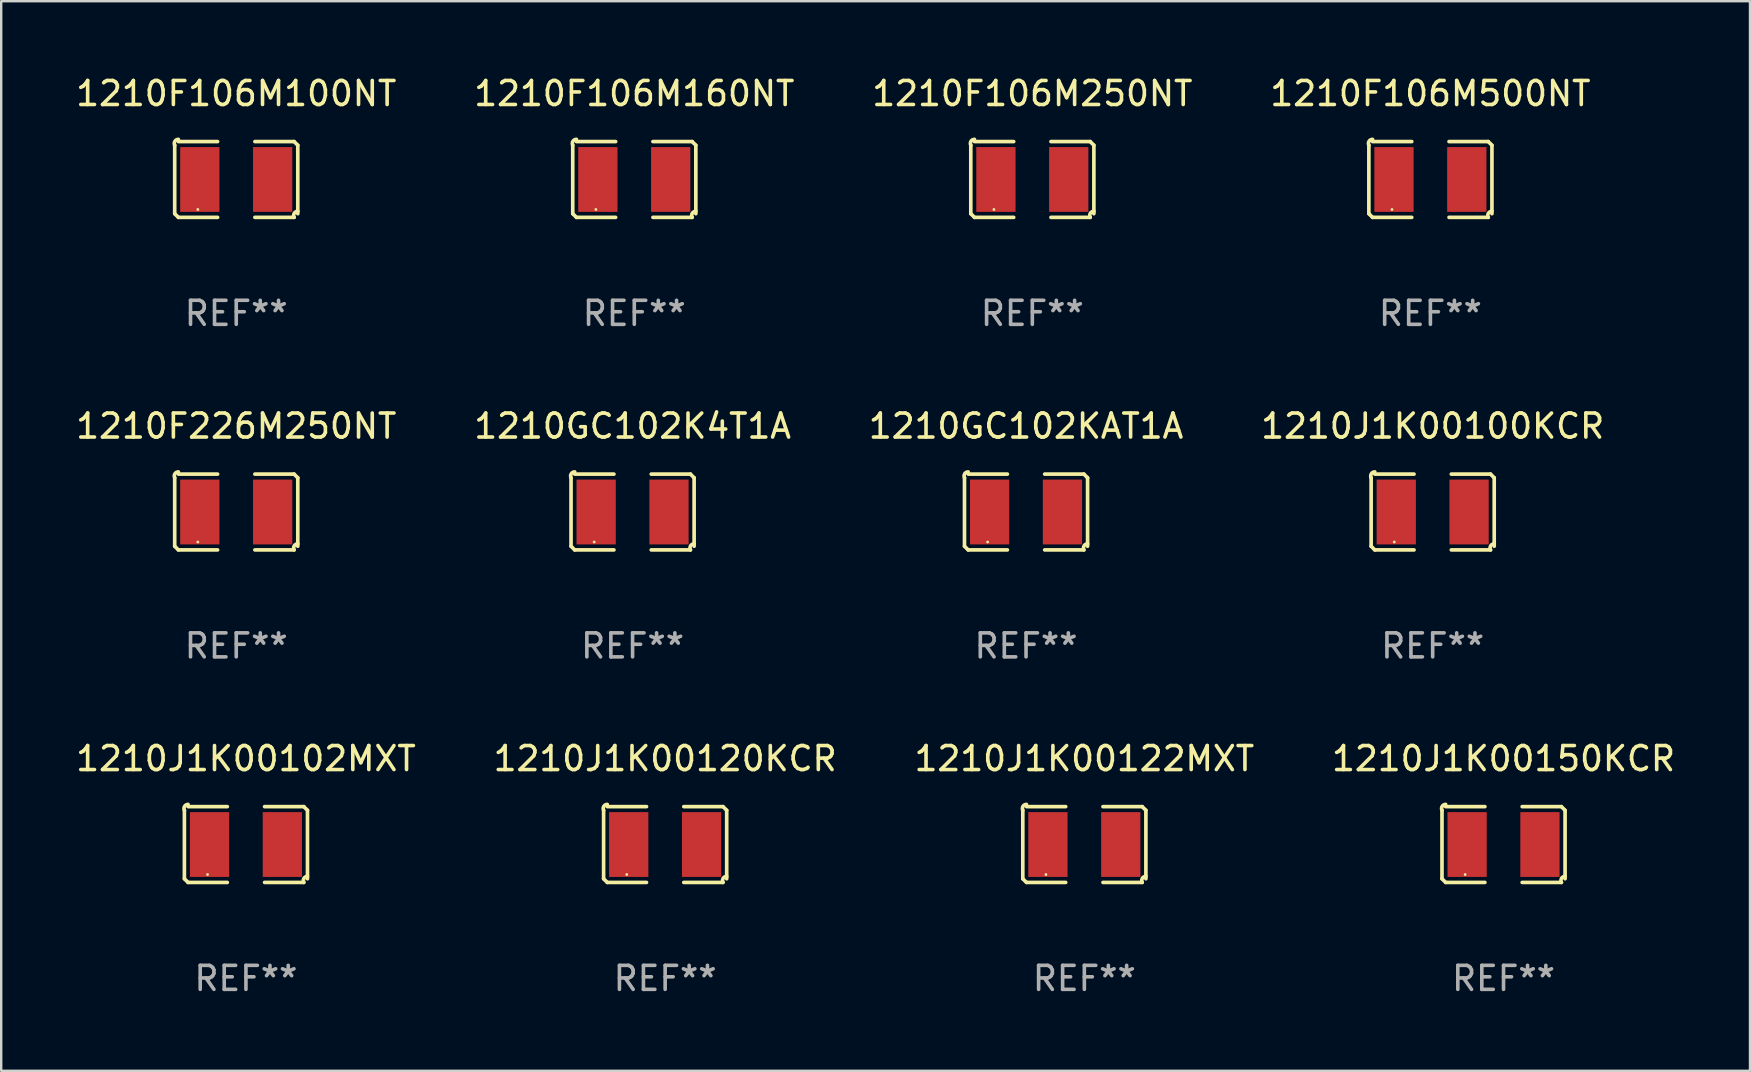
<source format=kicad_pcb>
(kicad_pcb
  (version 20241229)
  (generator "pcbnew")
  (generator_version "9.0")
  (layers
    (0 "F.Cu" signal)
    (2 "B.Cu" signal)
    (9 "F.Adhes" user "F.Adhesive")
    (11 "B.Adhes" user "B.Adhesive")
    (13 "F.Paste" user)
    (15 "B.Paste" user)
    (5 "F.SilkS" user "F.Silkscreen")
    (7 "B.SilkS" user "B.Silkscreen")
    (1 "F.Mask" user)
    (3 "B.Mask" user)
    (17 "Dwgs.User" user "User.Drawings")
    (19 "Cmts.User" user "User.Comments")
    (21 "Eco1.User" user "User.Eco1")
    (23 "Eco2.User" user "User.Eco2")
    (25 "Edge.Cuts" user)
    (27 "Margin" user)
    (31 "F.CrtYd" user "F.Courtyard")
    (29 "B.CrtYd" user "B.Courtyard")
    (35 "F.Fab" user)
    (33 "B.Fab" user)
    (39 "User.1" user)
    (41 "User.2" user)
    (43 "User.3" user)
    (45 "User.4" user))
  (footprint "1210F226M250NT"
    (layer "F.Cu")
    (at 6.792 18.281)
    (property "Reference" "1210F226M250NT" (at 0 -3.579 0) (layer "F.SilkS") (effects (font (size 1 1) (thickness 0.15))))
    (attr through_hole)
    (fp_line (start -2.564 1.426) (end -2.564 -1.426) (stroke (width 0.152) (type solid)) (layer "F.SilkS"))
    (fp_line (start -2.411 -1.579) (end -0.776 -1.579) (stroke (width 0.152) (type solid)) (layer "F.SilkS"))
    (fp_line (start -0.776 1.579) (end -2.411 1.579) (stroke (width 0.152) (type solid)) (layer "F.SilkS"))
    (fp_line (start 0.776 1.579) (end 2.411 1.579) (stroke (width 0.152) (type solid)) (layer "F.SilkS"))
    (fp_line (start 2.411 -1.579) (end 0.776 -1.579) (stroke (width 0.152) (type solid)) (layer "F.SilkS"))
    (fp_line (start 2.564 1.426) (end 2.564 -1.426) (stroke (width 0.152) (type solid)) (layer "F.SilkS"))
    (fp_arc (start -2.563602 -1.426213) (mid -2.555597 -1.591233) (end -2.411201 -1.671518) (stroke (width 0.1524) (type solid)) (layer "F.SilkS"))
    (fp_arc (start -2.5636 1.426214) (mid -2.487389 1.502402) (end -2.411201 1.578613) (stroke (width 0.1524) (type solid)) (layer "F.SilkS"))
    (fp_arc (start 2.411197 -1.578618) (mid 2.487403 -1.502419) (end 2.563602 -1.426213) (stroke (width 0.1524) (type solid)) (layer "F.SilkS"))
    (fp_arc (start 2.411201 1.578613) (mid 2.416214 1.409455) (end 2.563602 1.32629) (stroke (width 0.1524) (type solid)) (layer "F.SilkS"))
    (fp_circle (center -1.6 1.25) (end -1.57 1.25) (stroke (width 0.06) (type solid)) (fill no) (layer "F.SilkS"))
    (fp_text user "REF**" (at 0 5.579 0) (layer "F.Fab") (effects (font (size 1 1) (thickness 0.15))))
    (pad "1" smd rect (at -1.517 0) (size 1.635 2.7) (layers "F.Cu" "F.Mask" "F.Paste"))
    (pad "2" smd rect (at 1.517 0) (size 1.635 2.7) (layers "F.Cu" "F.Mask" "F.Paste")))
  (footprint "1210F106M250NT"
    (layer "F.Cu")
    (at 39.958 4.427)
    (property "Reference" "1210F106M250NT" (at 0 -3.579 0) (layer "F.SilkS") (effects (font (size 1 1) (thickness 0.15))))
    (attr through_hole)
    (fp_line (start -2.564 1.426) (end -2.564 -1.426) (stroke (width 0.152) (type solid)) (layer "F.SilkS"))
    (fp_line (start -2.411 -1.579) (end -0.776 -1.579) (stroke (width 0.152) (type solid)) (layer "F.SilkS"))
    (fp_line (start -0.776 1.579) (end -2.411 1.579) (stroke (width 0.152) (type solid)) (layer "F.SilkS"))
    (fp_line (start 0.776 1.579) (end 2.411 1.579) (stroke (width 0.152) (type solid)) (layer "F.SilkS"))
    (fp_line (start 2.411 -1.579) (end 0.776 -1.579) (stroke (width 0.152) (type solid)) (layer "F.SilkS"))
    (fp_line (start 2.564 1.426) (end 2.564 -1.426) (stroke (width 0.152) (type solid)) (layer "F.SilkS"))
    (fp_arc (start -2.563602 -1.426213) (mid -2.555597 -1.591233) (end -2.411201 -1.671518) (stroke (width 0.1524) (type solid)) (layer "F.SilkS"))
    (fp_arc (start -2.5636 1.426214) (mid -2.487389 1.502402) (end -2.411201 1.578613) (stroke (width 0.1524) (type solid)) (layer "F.SilkS"))
    (fp_arc (start 2.411197 -1.578618) (mid 2.487403 -1.502419) (end 2.563602 -1.426213) (stroke (width 0.1524) (type solid)) (layer "F.SilkS"))
    (fp_arc (start 2.411201 1.578613) (mid 2.416214 1.409455) (end 2.563602 1.32629) (stroke (width 0.1524) (type solid)) (layer "F.SilkS"))
    (fp_circle (center -1.6 1.25) (end -1.57 1.25) (stroke (width 0.06) (type solid)) (fill no) (layer "F.SilkS"))
    (fp_text user "REF**" (at 0 5.579 0) (layer "F.Fab") (effects (font (size 1 1) (thickness 0.15))))
    (pad "1" smd rect (at -1.517 0) (size 1.635 2.7) (layers "F.Cu" "F.Mask" "F.Paste"))
    (pad "2" smd rect (at 1.517 0) (size 1.635 2.7) (layers "F.Cu" "F.Mask" "F.Paste")))
  (footprint "1210J1K00122MXT"
    (layer "F.Cu")
    (at 42.125 32.134)
    (property "Reference" "1210J1K00122MXT" (at 0 -3.579 0) (layer "F.SilkS") (effects (font (size 1 1) (thickness 0.15))))
    (attr through_hole)
    (fp_line (start -2.564 1.426) (end -2.564 -1.426) (stroke (width 0.152) (type solid)) (layer "F.SilkS"))
    (fp_line (start -2.411 -1.579) (end -0.776 -1.579) (stroke (width 0.152) (type solid)) (layer "F.SilkS"))
    (fp_line (start -0.776 1.579) (end -2.411 1.579) (stroke (width 0.152) (type solid)) (layer "F.SilkS"))
    (fp_line (start 0.776 1.579) (end 2.411 1.579) (stroke (width 0.152) (type solid)) (layer "F.SilkS"))
    (fp_line (start 2.411 -1.579) (end 0.776 -1.579) (stroke (width 0.152) (type solid)) (layer "F.SilkS"))
    (fp_line (start 2.564 1.426) (end 2.564 -1.426) (stroke (width 0.152) (type solid)) (layer "F.SilkS"))
    (fp_arc (start -2.563602 -1.426213) (mid -2.555597 -1.591233) (end -2.411201 -1.671518) (stroke (width 0.1524) (type solid)) (layer "F.SilkS"))
    (fp_arc (start -2.5636 1.426214) (mid -2.487389 1.502402) (end -2.411201 1.578613) (stroke (width 0.1524) (type solid)) (layer "F.SilkS"))
    (fp_arc (start 2.411197 -1.578618) (mid 2.487403 -1.502419) (end 2.563602 -1.426213) (stroke (width 0.1524) (type solid)) (layer "F.SilkS"))
    (fp_arc (start 2.411201 1.578613) (mid 2.416214 1.409455) (end 2.563602 1.32629) (stroke (width 0.1524) (type solid)) (layer "F.SilkS"))
    (fp_circle (center -1.6 1.25) (end -1.57 1.25) (stroke (width 0.06) (type solid)) (fill no) (layer "F.SilkS"))
    (fp_text user "REF**" (at 0 5.579 0) (layer "F.Fab") (effects (font (size 1 1) (thickness 0.15))))
    (pad "1" smd rect (at -1.517 0) (size 1.635 2.7) (layers "F.Cu" "F.Mask" "F.Paste"))
    (pad "2" smd rect (at 1.517 0) (size 1.635 2.7) (layers "F.Cu" "F.Mask" "F.Paste")))
  (footprint "1210J1K00100KCR"
    (layer "F.Cu")
    (at 56.637 18.281)
    (property "Reference" "1210J1K00100KCR" (at 0 -3.579 0) (layer "F.SilkS") (effects (font (size 1 1) (thickness 0.15))))
    (attr through_hole)
    (fp_line (start -2.564 1.426) (end -2.564 -1.426) (stroke (width 0.152) (type solid)) (layer "F.SilkS"))
    (fp_line (start -2.411 -1.579) (end -0.776 -1.579) (stroke (width 0.152) (type solid)) (layer "F.SilkS"))
    (fp_line (start -0.776 1.579) (end -2.411 1.579) (stroke (width 0.152) (type solid)) (layer "F.SilkS"))
    (fp_line (start 0.776 1.579) (end 2.411 1.579) (stroke (width 0.152) (type solid)) (layer "F.SilkS"))
    (fp_line (start 2.411 -1.579) (end 0.776 -1.579) (stroke (width 0.152) (type solid)) (layer "F.SilkS"))
    (fp_line (start 2.564 1.426) (end 2.564 -1.426) (stroke (width 0.152) (type solid)) (layer "F.SilkS"))
    (fp_arc (start -2.563602 -1.426213) (mid -2.555597 -1.591233) (end -2.411201 -1.671518) (stroke (width 0.1524) (type solid)) (layer "F.SilkS"))
    (fp_arc (start -2.5636 1.426214) (mid -2.487389 1.502402) (end -2.411201 1.578613) (stroke (width 0.1524) (type solid)) (layer "F.SilkS"))
    (fp_arc (start 2.411197 -1.578618) (mid 2.487403 -1.502419) (end 2.563602 -1.426213) (stroke (width 0.1524) (type solid)) (layer "F.SilkS"))
    (fp_arc (start 2.411201 1.578613) (mid 2.416214 1.409455) (end 2.563602 1.32629) (stroke (width 0.1524) (type solid)) (layer "F.SilkS"))
    (fp_circle (center -1.6 1.25) (end -1.57 1.25) (stroke (width 0.06) (type solid)) (fill no) (layer "F.SilkS"))
    (fp_text user "REF**" (at 0 5.579 0) (layer "F.Fab") (effects (font (size 1 1) (thickness 0.15))))
    (pad "1" smd rect (at -1.517 0) (size 1.635 2.7) (layers "F.Cu" "F.Mask" "F.Paste"))
    (pad "2" smd rect (at 1.517 0) (size 1.635 2.7) (layers "F.Cu" "F.Mask" "F.Paste")))
  (footprint "1210GC102K4T1A"
    (layer "F.Cu")
    (at 23.304 18.281)
    (property "Reference" "1210GC102K4T1A" (at 0 -3.579 0) (layer "F.SilkS") (effects (font (size 1 1) (thickness 0.15))))
    (attr through_hole)
    (fp_line (start -2.564 1.426) (end -2.564 -1.426) (stroke (width 0.152) (type solid)) (layer "F.SilkS"))
    (fp_line (start -2.411 -1.579) (end -0.776 -1.579) (stroke (width 0.152) (type solid)) (layer "F.SilkS"))
    (fp_line (start -0.776 1.579) (end -2.411 1.579) (stroke (width 0.152) (type solid)) (layer "F.SilkS"))
    (fp_line (start 0.776 1.579) (end 2.411 1.579) (stroke (width 0.152) (type solid)) (layer "F.SilkS"))
    (fp_line (start 2.411 -1.579) (end 0.776 -1.579) (stroke (width 0.152) (type solid)) (layer "F.SilkS"))
    (fp_line (start 2.564 1.426) (end 2.564 -1.426) (stroke (width 0.152) (type solid)) (layer "F.SilkS"))
    (fp_arc (start -2.563602 -1.426213) (mid -2.555597 -1.591233) (end -2.411201 -1.671518) (stroke (width 0.1524) (type solid)) (layer "F.SilkS"))
    (fp_arc (start -2.5636 1.426214) (mid -2.487389 1.502402) (end -2.411201 1.578613) (stroke (width 0.1524) (type solid)) (layer "F.SilkS"))
    (fp_arc (start 2.411197 -1.578618) (mid 2.487403 -1.502419) (end 2.563602 -1.426213) (stroke (width 0.1524) (type solid)) (layer "F.SilkS"))
    (fp_arc (start 2.411201 1.578613) (mid 2.416214 1.409455) (end 2.563602 1.32629) (stroke (width 0.1524) (type solid)) (layer "F.SilkS"))
    (fp_circle (center -1.6 1.25) (end -1.57 1.25) (stroke (width 0.06) (type solid)) (fill no) (layer "F.SilkS"))
    (fp_text user "REF**" (at 0 5.579 0) (layer "F.Fab") (effects (font (size 1 1) (thickness 0.15))))
    (pad "1" smd rect (at -1.517 0) (size 1.635 2.7) (layers "F.Cu" "F.Mask" "F.Paste"))
    (pad "2" smd rect (at 1.517 0) (size 1.635 2.7) (layers "F.Cu" "F.Mask" "F.Paste")))
  (footprint "1210J1K00120KCR"
    (layer "F.Cu")
    (at 24.661 32.134)
    (property "Reference" "1210J1K00120KCR" (at 0 -3.579 0) (layer "F.SilkS") (effects (font (size 1 1) (thickness 0.15))))
    (attr through_hole)
    (fp_line (start -2.564 1.426) (end -2.564 -1.426) (stroke (width 0.152) (type solid)) (layer "F.SilkS"))
    (fp_line (start -2.411 -1.579) (end -0.776 -1.579) (stroke (width 0.152) (type solid)) (layer "F.SilkS"))
    (fp_line (start -0.776 1.579) (end -2.411 1.579) (stroke (width 0.152) (type solid)) (layer "F.SilkS"))
    (fp_line (start 0.776 1.579) (end 2.411 1.579) (stroke (width 0.152) (type solid)) (layer "F.SilkS"))
    (fp_line (start 2.411 -1.579) (end 0.776 -1.579) (stroke (width 0.152) (type solid)) (layer "F.SilkS"))
    (fp_line (start 2.564 1.426) (end 2.564 -1.426) (stroke (width 0.152) (type solid)) (layer "F.SilkS"))
    (fp_arc (start -2.563602 -1.426213) (mid -2.555597 -1.591233) (end -2.411201 -1.671518) (stroke (width 0.1524) (type solid)) (layer "F.SilkS"))
    (fp_arc (start -2.5636 1.426214) (mid -2.487389 1.502402) (end -2.411201 1.578613) (stroke (width 0.1524) (type solid)) (layer "F.SilkS"))
    (fp_arc (start 2.411197 -1.578618) (mid 2.487403 -1.502419) (end 2.563602 -1.426213) (stroke (width 0.1524) (type solid)) (layer "F.SilkS"))
    (fp_arc (start 2.411201 1.578613) (mid 2.416214 1.409455) (end 2.563602 1.32629) (stroke (width 0.1524) (type solid)) (layer "F.SilkS"))
    (fp_circle (center -1.6 1.25) (end -1.57 1.25) (stroke (width 0.06) (type solid)) (fill no) (layer "F.SilkS"))
    (fp_text user "REF**" (at 0 5.579 0) (layer "F.Fab") (effects (font (size 1 1) (thickness 0.15))))
    (pad "1" smd rect (at -1.517 0) (size 1.635 2.7) (layers "F.Cu" "F.Mask" "F.Paste"))
    (pad "2" smd rect (at 1.517 0) (size 1.635 2.7) (layers "F.Cu" "F.Mask" "F.Paste")))
  (footprint "1210F106M160NT"
    (layer "F.Cu")
    (at 23.375 4.427)
    (property "Reference" "1210F106M160NT" (at 0 -3.579 0) (layer "F.SilkS") (effects (font (size 1 1) (thickness 0.15))))
    (attr through_hole)
    (fp_line (start -2.564 1.426) (end -2.564 -1.426) (stroke (width 0.152) (type solid)) (layer "F.SilkS"))
    (fp_line (start -2.411 -1.579) (end -0.776 -1.579) (stroke (width 0.152) (type solid)) (layer "F.SilkS"))
    (fp_line (start -0.776 1.579) (end -2.411 1.579) (stroke (width 0.152) (type solid)) (layer "F.SilkS"))
    (fp_line (start 0.776 1.579) (end 2.411 1.579) (stroke (width 0.152) (type solid)) (layer "F.SilkS"))
    (fp_line (start 2.411 -1.579) (end 0.776 -1.579) (stroke (width 0.152) (type solid)) (layer "F.SilkS"))
    (fp_line (start 2.564 1.426) (end 2.564 -1.426) (stroke (width 0.152) (type solid)) (layer "F.SilkS"))
    (fp_arc (start -2.563602 -1.426213) (mid -2.555597 -1.591233) (end -2.411201 -1.671518) (stroke (width 0.1524) (type solid)) (layer "F.SilkS"))
    (fp_arc (start -2.5636 1.426214) (mid -2.487389 1.502402) (end -2.411201 1.578613) (stroke (width 0.1524) (type solid)) (layer "F.SilkS"))
    (fp_arc (start 2.411197 -1.578618) (mid 2.487403 -1.502419) (end 2.563602 -1.426213) (stroke (width 0.1524) (type solid)) (layer "F.SilkS"))
    (fp_arc (start 2.411201 1.578613) (mid 2.416214 1.409455) (end 2.563602 1.32629) (stroke (width 0.1524) (type solid)) (layer "F.SilkS"))
    (fp_circle (center -1.6 1.25) (end -1.57 1.25) (stroke (width 0.06) (type solid)) (fill no) (layer "F.SilkS"))
    (fp_text user "REF**" (at 0 5.579 0) (layer "F.Fab") (effects (font (size 1 1) (thickness 0.15))))
    (pad "1" smd rect (at -1.517 0) (size 1.635 2.7) (layers "F.Cu" "F.Mask" "F.Paste"))
    (pad "2" smd rect (at 1.517 0) (size 1.635 2.7) (layers "F.Cu" "F.Mask" "F.Paste")))
  (footprint "1210F106M100NT"
    (layer "F.Cu")
    (at 6.792 4.427)
    (property "Reference" "1210F106M100NT" (at 0 -3.579 0) (layer "F.SilkS") (effects (font (size 1 1) (thickness 0.15))))
    (attr through_hole)
    (fp_line (start -2.564 1.426) (end -2.564 -1.426) (stroke (width 0.152) (type solid)) (layer "F.SilkS"))
    (fp_line (start -2.411 -1.579) (end -0.776 -1.579) (stroke (width 0.152) (type solid)) (layer "F.SilkS"))
    (fp_line (start -0.776 1.579) (end -2.411 1.579) (stroke (width 0.152) (type solid)) (layer "F.SilkS"))
    (fp_line (start 0.776 1.579) (end 2.411 1.579) (stroke (width 0.152) (type solid)) (layer "F.SilkS"))
    (fp_line (start 2.411 -1.579) (end 0.776 -1.579) (stroke (width 0.152) (type solid)) (layer "F.SilkS"))
    (fp_line (start 2.564 1.426) (end 2.564 -1.426) (stroke (width 0.152) (type solid)) (layer "F.SilkS"))
    (fp_arc (start -2.563602 -1.426213) (mid -2.555597 -1.591233) (end -2.411201 -1.671518) (stroke (width 0.1524) (type solid)) (layer "F.SilkS"))
    (fp_arc (start -2.5636 1.426214) (mid -2.487389 1.502402) (end -2.411201 1.578613) (stroke (width 0.1524) (type solid)) (layer "F.SilkS"))
    (fp_arc (start 2.411197 -1.578618) (mid 2.487403 -1.502419) (end 2.563602 -1.426213) (stroke (width 0.1524) (type solid)) (layer "F.SilkS"))
    (fp_arc (start 2.411201 1.578613) (mid 2.416214 1.409455) (end 2.563602 1.32629) (stroke (width 0.1524) (type solid)) (layer "F.SilkS"))
    (fp_circle (center -1.6 1.25) (end -1.57 1.25) (stroke (width 0.06) (type solid)) (fill no) (layer "F.SilkS"))
    (fp_text user "REF**" (at 0 5.579 0) (layer "F.Fab") (effects (font (size 1 1) (thickness 0.15))))
    (pad "1" smd rect (at -1.517 0) (size 1.635 2.7) (layers "F.Cu" "F.Mask" "F.Paste"))
    (pad "2" smd rect (at 1.517 0) (size 1.635 2.7) (layers "F.Cu" "F.Mask" "F.Paste")))
  (footprint "1210GC102KAT1A"
    (layer "F.Cu")
    (at 39.696 18.281)
    (property "Reference" "1210GC102KAT1A" (at 0 -3.579 0) (layer "F.SilkS") (effects (font (size 1 1) (thickness 0.15))))
    (attr through_hole)
    (fp_line (start -2.564 1.426) (end -2.564 -1.426) (stroke (width 0.152) (type solid)) (layer "F.SilkS"))
    (fp_line (start -2.411 -1.579) (end -0.776 -1.579) (stroke (width 0.152) (type solid)) (layer "F.SilkS"))
    (fp_line (start -0.776 1.579) (end -2.411 1.579) (stroke (width 0.152) (type solid)) (layer "F.SilkS"))
    (fp_line (start 0.776 1.579) (end 2.411 1.579) (stroke (width 0.152) (type solid)) (layer "F.SilkS"))
    (fp_line (start 2.411 -1.579) (end 0.776 -1.579) (stroke (width 0.152) (type solid)) (layer "F.SilkS"))
    (fp_line (start 2.564 1.426) (end 2.564 -1.426) (stroke (width 0.152) (type solid)) (layer "F.SilkS"))
    (fp_arc (start -2.563602 -1.426213) (mid -2.555597 -1.591233) (end -2.411201 -1.671518) (stroke (width 0.1524) (type solid)) (layer "F.SilkS"))
    (fp_arc (start -2.5636 1.426214) (mid -2.487389 1.502402) (end -2.411201 1.578613) (stroke (width 0.1524) (type solid)) (layer "F.SilkS"))
    (fp_arc (start 2.411197 -1.578618) (mid 2.487403 -1.502419) (end 2.563602 -1.426213) (stroke (width 0.1524) (type solid)) (layer "F.SilkS"))
    (fp_arc (start 2.411201 1.578613) (mid 2.416214 1.409455) (end 2.563602 1.32629) (stroke (width 0.1524) (type solid)) (layer "F.SilkS"))
    (fp_circle (center -1.6 1.25) (end -1.57 1.25) (stroke (width 0.06) (type solid)) (fill no) (layer "F.SilkS"))
    (fp_text user "REF**" (at 0 5.579 0) (layer "F.Fab") (effects (font (size 1 1) (thickness 0.15))))
    (pad "1" smd rect (at -1.517 0) (size 1.635 2.7) (layers "F.Cu" "F.Mask" "F.Paste"))
    (pad "2" smd rect (at 1.517 0) (size 1.635 2.7) (layers "F.Cu" "F.Mask" "F.Paste")))
  (footprint "1210J1K00150KCR"
    (layer "F.Cu")
    (at 59.589 32.134)
    (property "Reference" "1210J1K00150KCR" (at 0 -3.579 0) (layer "F.SilkS") (effects (font (size 1 1) (thickness 0.15))))
    (attr through_hole)
    (fp_line (start -2.564 1.426) (end -2.564 -1.426) (stroke (width 0.152) (type solid)) (layer "F.SilkS"))
    (fp_line (start -2.411 -1.579) (end -0.776 -1.579) (stroke (width 0.152) (type solid)) (layer "F.SilkS"))
    (fp_line (start -0.776 1.579) (end -2.411 1.579) (stroke (width 0.152) (type solid)) (layer "F.SilkS"))
    (fp_line (start 0.776 1.579) (end 2.411 1.579) (stroke (width 0.152) (type solid)) (layer "F.SilkS"))
    (fp_line (start 2.411 -1.579) (end 0.776 -1.579) (stroke (width 0.152) (type solid)) (layer "F.SilkS"))
    (fp_line (start 2.564 1.426) (end 2.564 -1.426) (stroke (width 0.152) (type solid)) (layer "F.SilkS"))
    (fp_arc (start -2.563602 -1.426213) (mid -2.555597 -1.591233) (end -2.411201 -1.671518) (stroke (width 0.1524) (type solid)) (layer "F.SilkS"))
    (fp_arc (start -2.5636 1.426214) (mid -2.487389 1.502402) (end -2.411201 1.578613) (stroke (width 0.1524) (type solid)) (layer "F.SilkS"))
    (fp_arc (start 2.411197 -1.578618) (mid 2.487403 -1.502419) (end 2.563602 -1.426213) (stroke (width 0.1524) (type solid)) (layer "F.SilkS"))
    (fp_arc (start 2.411201 1.578613) (mid 2.416214 1.409455) (end 2.563602 1.32629) (stroke (width 0.1524) (type solid)) (layer "F.SilkS"))
    (fp_circle (center -1.6 1.25) (end -1.57 1.25) (stroke (width 0.06) (type solid)) (fill no) (layer "F.SilkS"))
    (fp_text user "REF**" (at 0 5.579 0) (layer "F.Fab") (effects (font (size 1 1) (thickness 0.15))))
    (pad "1" smd rect (at -1.517 0) (size 1.635 2.7) (layers "F.Cu" "F.Mask" "F.Paste"))
    (pad "2" smd rect (at 1.517 0) (size 1.635 2.7) (layers "F.Cu" "F.Mask" "F.Paste")))
  (footprint "1210F106M500NT"
    (layer "F.Cu")
    (at 56.542 4.427)
    (property "Reference" "1210F106M500NT" (at 0 -3.579 0) (layer "F.SilkS") (effects (font (size 1 1) (thickness 0.15))))
    (attr through_hole)
    (fp_line (start -2.564 1.426) (end -2.564 -1.426) (stroke (width 0.152) (type solid)) (layer "F.SilkS"))
    (fp_line (start -2.411 -1.579) (end -0.776 -1.579) (stroke (width 0.152) (type solid)) (layer "F.SilkS"))
    (fp_line (start -0.776 1.579) (end -2.411 1.579) (stroke (width 0.152) (type solid)) (layer "F.SilkS"))
    (fp_line (start 0.776 1.579) (end 2.411 1.579) (stroke (width 0.152) (type solid)) (layer "F.SilkS"))
    (fp_line (start 2.411 -1.579) (end 0.776 -1.579) (stroke (width 0.152) (type solid)) (layer "F.SilkS"))
    (fp_line (start 2.564 1.426) (end 2.564 -1.426) (stroke (width 0.152) (type solid)) (layer "F.SilkS"))
    (fp_arc (start -2.563602 -1.426213) (mid -2.555597 -1.591233) (end -2.411201 -1.671518) (stroke (width 0.1524) (type solid)) (layer "F.SilkS"))
    (fp_arc (start -2.5636 1.426214) (mid -2.487389 1.502402) (end -2.411201 1.578613) (stroke (width 0.1524) (type solid)) (layer "F.SilkS"))
    (fp_arc (start 2.411197 -1.578618) (mid 2.487403 -1.502419) (end 2.563602 -1.426213) (stroke (width 0.1524) (type solid)) (layer "F.SilkS"))
    (fp_arc (start 2.411201 1.578613) (mid 2.416214 1.409455) (end 2.563602 1.32629) (stroke (width 0.1524) (type solid)) (layer "F.SilkS"))
    (fp_circle (center -1.6 1.25) (end -1.57 1.25) (stroke (width 0.06) (type solid)) (fill no) (layer "F.SilkS"))
    (fp_text user "REF**" (at 0 5.579 0) (layer "F.Fab") (effects (font (size 1 1) (thickness 0.15))))
    (pad "1" smd rect (at -1.517 0) (size 1.635 2.7) (layers "F.Cu" "F.Mask" "F.Paste"))
    (pad "2" smd rect (at 1.517 0) (size 1.635 2.7) (layers "F.Cu" "F.Mask" "F.Paste")))
  (footprint "1210J1K00102MXT"
    (layer "F.Cu")
    (at 7.196 32.134)
    (property "Reference" "1210J1K00102MXT" (at 0 -3.579 0) (layer "F.SilkS") (effects (font (size 1 1) (thickness 0.15))))
    (attr through_hole)
    (fp_line (start -2.564 1.426) (end -2.564 -1.426) (stroke (width 0.152) (type solid)) (layer "F.SilkS"))
    (fp_line (start -2.411 -1.579) (end -0.776 -1.579) (stroke (width 0.152) (type solid)) (layer "F.SilkS"))
    (fp_line (start -0.776 1.579) (end -2.411 1.579) (stroke (width 0.152) (type solid)) (layer "F.SilkS"))
    (fp_line (start 0.776 1.579) (end 2.411 1.579) (stroke (width 0.152) (type solid)) (layer "F.SilkS"))
    (fp_line (start 2.411 -1.579) (end 0.776 -1.579) (stroke (width 0.152) (type solid)) (layer "F.SilkS"))
    (fp_line (start 2.564 1.426) (end 2.564 -1.426) (stroke (width 0.152) (type solid)) (layer "F.SilkS"))
    (fp_arc (start -2.563602 -1.426213) (mid -2.555597 -1.591233) (end -2.411201 -1.671518) (stroke (width 0.1524) (type solid)) (layer "F.SilkS"))
    (fp_arc (start -2.5636 1.426214) (mid -2.487389 1.502402) (end -2.411201 1.578613) (stroke (width 0.1524) (type solid)) (layer "F.SilkS"))
    (fp_arc (start 2.411197 -1.578618) (mid 2.487403 -1.502419) (end 2.563602 -1.426213) (stroke (width 0.1524) (type solid)) (layer "F.SilkS"))
    (fp_arc (start 2.411201 1.578613) (mid 2.416214 1.409455) (end 2.563602 1.32629) (stroke (width 0.1524) (type solid)) (layer "F.SilkS"))
    (fp_circle (center -1.6 1.25) (end -1.57 1.25) (stroke (width 0.06) (type solid)) (fill no) (layer "F.SilkS"))
    (fp_text user "REF**" (at 0 5.579 0) (layer "F.Fab") (effects (font (size 1 1) (thickness 0.15))))
    (pad "1" smd rect (at -1.517 0) (size 1.635 2.7) (layers "F.Cu" "F.Mask" "F.Paste"))
    (pad "2" smd rect (at 1.517 0) (size 1.635 2.7) (layers "F.Cu" "F.Mask" "F.Paste")))
  (gr_rect
    (start -3 -3)
    (end 69.857 41.561)
    (stroke (width 0.1) (type default))
    (fill no)
    (layer "Edge.Cuts")))
</source>
